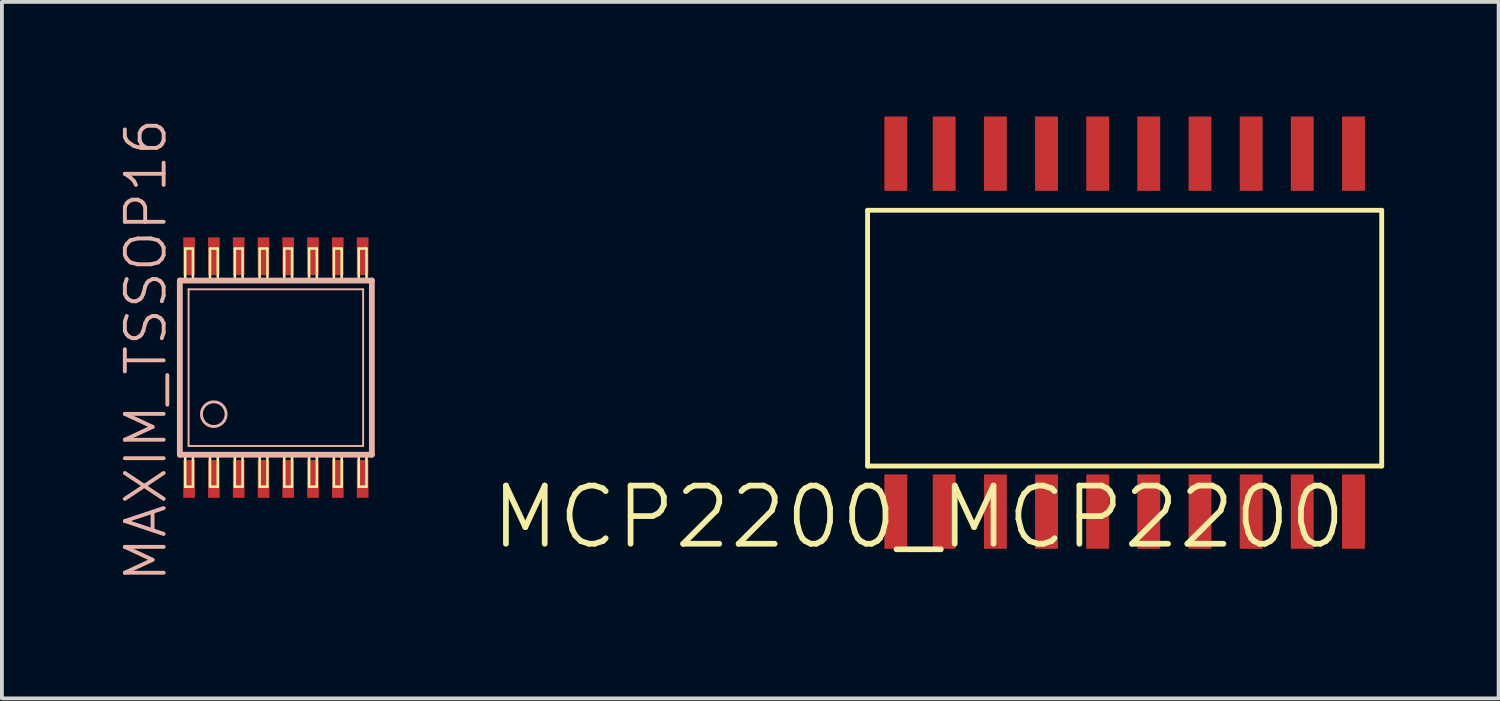
<source format=kicad_pcb>
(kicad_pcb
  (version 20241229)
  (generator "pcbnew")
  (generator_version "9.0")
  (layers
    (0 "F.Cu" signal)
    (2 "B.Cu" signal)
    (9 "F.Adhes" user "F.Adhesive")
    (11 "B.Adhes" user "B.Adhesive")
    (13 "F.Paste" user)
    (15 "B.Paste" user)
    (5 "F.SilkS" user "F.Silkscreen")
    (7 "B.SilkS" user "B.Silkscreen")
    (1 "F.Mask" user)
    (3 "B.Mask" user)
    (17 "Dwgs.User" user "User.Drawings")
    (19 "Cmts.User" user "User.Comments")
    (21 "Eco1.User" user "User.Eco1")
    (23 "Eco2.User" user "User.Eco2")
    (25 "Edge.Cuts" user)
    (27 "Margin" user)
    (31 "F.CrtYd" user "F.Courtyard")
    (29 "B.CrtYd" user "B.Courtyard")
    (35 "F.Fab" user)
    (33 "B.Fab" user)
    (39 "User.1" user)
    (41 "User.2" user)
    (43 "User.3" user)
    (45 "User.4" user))
  (footprint "MCP2200_MCP2200"
    (layer "F.Cu")
    (at 21.016 10.497)
    (property "Reference" "MCP2200_MCP2200" (at 0 0 0) (layer "F.SilkS") (effects (font (size 1.524 1.524) (thickness 0.15))))
    (attr smd)
    (fp_line (start -1.339 -8.039) (end 12.129 -8.039) (stroke (width 0.127) (type solid)) (layer "F.SilkS"))
    (fp_line (start -1.339 -1.339) (end -1.339 -8.039) (stroke (width 0.127) (type solid)) (layer "F.SilkS"))
    (fp_line (start 12.129 -8.039) (end 12.129 -1.339) (stroke (width 0.127) (type solid)) (layer "F.SilkS"))
    (fp_line (start 12.129 -1.339) (end -1.339 -1.339) (stroke (width 0.127) (type solid)) (layer "F.SilkS"))
    (pad "1" smd rect (at -0.599 -0.145 90) (size 1.948 0.599) (layers "F.Cu" "F.Mask" "F.Paste"))
    (pad "2" smd rect (at 0.668 -0.145 90) (size 1.948 0.599) (layers "F.Cu" "F.Mask" "F.Paste"))
    (pad "3" smd rect (at 2.009 -0.145 90) (size 1.948 0.599) (layers "F.Cu" "F.Mask" "F.Paste"))
    (pad "4" smd rect (at 3.348 -0.145 90) (size 1.948 0.599) (layers "F.Cu" "F.Mask" "F.Paste"))
    (pad "5" smd rect (at 4.689 -0.145 90) (size 1.948 0.599) (layers "F.Cu" "F.Mask" "F.Paste"))
    (pad "6" smd rect (at 6.027 -0.145 90) (size 1.948 0.599) (layers "F.Cu" "F.Mask" "F.Paste"))
    (pad "7" smd rect (at 7.369 -0.145 90) (size 1.948 0.599) (layers "F.Cu" "F.Mask" "F.Paste"))
    (pad "8" smd rect (at 8.71 -0.145 90) (size 1.948 0.599) (layers "F.Cu" "F.Mask" "F.Paste"))
    (pad "9" smd rect (at 10.048 -0.145 90) (size 1.948 0.599) (layers "F.Cu" "F.Mask" "F.Paste"))
    (pad "10" smd rect (at 11.389 -0.145 90) (size 1.948 0.599) (layers "F.Cu" "F.Mask" "F.Paste"))
    (pad "11" smd rect (at 11.389 -9.522 90) (size 1.948 0.599) (layers "F.Cu" "F.Mask" "F.Paste"))
    (pad "12" smd rect (at 10.048 -9.522 90) (size 1.948 0.599) (layers "F.Cu" "F.Mask" "F.Paste"))
    (pad "13" smd rect (at 8.71 -9.522 90) (size 1.948 0.599) (layers "F.Cu" "F.Mask" "F.Paste"))
    (pad "14" smd rect (at 7.369 -9.522 90) (size 1.948 0.599) (layers "F.Cu" "F.Mask" "F.Paste"))
    (pad "15" smd rect (at 6.027 -9.522 90) (size 1.948 0.599) (layers "F.Cu" "F.Mask" "F.Paste"))
    (pad "16" smd rect (at 4.689 -9.522 90) (size 1.948 0.599) (layers "F.Cu" "F.Mask" "F.Paste"))
    (pad "17" smd rect (at 3.348 -9.522 90) (size 1.948 0.599) (layers "F.Cu" "F.Mask" "F.Paste"))
    (pad "18" smd rect (at 2.009 -9.522 90) (size 1.948 0.599) (layers "F.Cu" "F.Mask" "F.Paste"))
    (pad "19" smd rect (at 0.668 -9.522 90) (size 1.948 0.599) (layers "F.Cu" "F.Mask" "F.Paste"))
    (pad "20" smd rect (at -0.599 -9.522 90) (size 1.948 0.599) (layers "F.Cu" "F.Mask" "F.Paste")))
  (footprint "MAXIM_TSSOP16"
    (layer "F.Cu")
    (at 4.176 6.58)
    (property "Reference" "MAXIM_TSSOP16" (at -3.404 -0.457 90) (layer "B.SilkS") (effects (font (size 1.016 1.016) (thickness 0.102))))
    (attr smd)
    (fp_line (start -2.375 -3.119) (end -2.172 -3.119) (stroke (width 0.066) (type solid)) (layer "F.SilkS"))
    (fp_line (start -2.375 -2.281) (end -2.375 -3.119) (stroke (width 0.066) (type solid)) (layer "F.SilkS"))
    (fp_line (start -2.375 -2.281) (end -2.172 -2.281) (stroke (width 0.066) (type solid)) (layer "F.SilkS"))
    (fp_line (start -2.375 2.281) (end -2.172 2.281) (stroke (width 0.066) (type solid)) (layer "F.SilkS"))
    (fp_line (start -2.375 3.119) (end -2.375 2.281) (stroke (width 0.066) (type solid)) (layer "F.SilkS"))
    (fp_line (start -2.375 3.119) (end -2.172 3.119) (stroke (width 0.066) (type solid)) (layer "F.SilkS"))
    (fp_line (start -2.172 -2.281) (end -2.172 -3.119) (stroke (width 0.066) (type solid)) (layer "F.SilkS"))
    (fp_line (start -2.172 3.119) (end -2.172 2.281) (stroke (width 0.066) (type solid)) (layer "F.SilkS"))
    (fp_line (start -1.725 -3.119) (end -1.521 -3.119) (stroke (width 0.066) (type solid)) (layer "F.SilkS"))
    (fp_line (start -1.725 -2.281) (end -1.725 -3.119) (stroke (width 0.066) (type solid)) (layer "F.SilkS"))
    (fp_line (start -1.725 -2.281) (end -1.521 -2.281) (stroke (width 0.066) (type solid)) (layer "F.SilkS"))
    (fp_line (start -1.725 2.281) (end -1.521 2.281) (stroke (width 0.066) (type solid)) (layer "F.SilkS"))
    (fp_line (start -1.725 3.119) (end -1.725 2.281) (stroke (width 0.066) (type solid)) (layer "F.SilkS"))
    (fp_line (start -1.725 3.119) (end -1.521 3.119) (stroke (width 0.066) (type solid)) (layer "F.SilkS"))
    (fp_line (start -1.521 -2.281) (end -1.521 -3.119) (stroke (width 0.066) (type solid)) (layer "F.SilkS"))
    (fp_line (start -1.521 3.119) (end -1.521 2.281) (stroke (width 0.066) (type solid)) (layer "F.SilkS"))
    (fp_line (start -1.074 -3.119) (end -0.871 -3.119) (stroke (width 0.066) (type solid)) (layer "F.SilkS"))
    (fp_line (start -1.074 -2.281) (end -1.074 -3.119) (stroke (width 0.066) (type solid)) (layer "F.SilkS"))
    (fp_line (start -1.074 -2.281) (end -0.871 -2.281) (stroke (width 0.066) (type solid)) (layer "F.SilkS"))
    (fp_line (start -1.074 2.281) (end -0.871 2.281) (stroke (width 0.066) (type solid)) (layer "F.SilkS"))
    (fp_line (start -1.074 3.119) (end -1.074 2.281) (stroke (width 0.066) (type solid)) (layer "F.SilkS"))
    (fp_line (start -1.074 3.119) (end -0.871 3.119) (stroke (width 0.066) (type solid)) (layer "F.SilkS"))
    (fp_line (start -0.871 -2.281) (end -0.871 -3.119) (stroke (width 0.066) (type solid)) (layer "F.SilkS"))
    (fp_line (start -0.871 3.119) (end -0.871 2.281) (stroke (width 0.066) (type solid)) (layer "F.SilkS"))
    (fp_line (start -0.424 -3.119) (end -0.221 -3.119) (stroke (width 0.066) (type solid)) (layer "F.SilkS"))
    (fp_line (start -0.424 -2.281) (end -0.424 -3.119) (stroke (width 0.066) (type solid)) (layer "F.SilkS"))
    (fp_line (start -0.424 -2.281) (end -0.221 -2.281) (stroke (width 0.066) (type solid)) (layer "F.SilkS"))
    (fp_line (start -0.424 2.281) (end -0.221 2.281) (stroke (width 0.066) (type solid)) (layer "F.SilkS"))
    (fp_line (start -0.424 3.119) (end -0.424 2.281) (stroke (width 0.066) (type solid)) (layer "F.SilkS"))
    (fp_line (start -0.424 3.119) (end -0.221 3.119) (stroke (width 0.066) (type solid)) (layer "F.SilkS"))
    (fp_line (start -0.221 -2.281) (end -0.221 -3.119) (stroke (width 0.066) (type solid)) (layer "F.SilkS"))
    (fp_line (start -0.221 3.119) (end -0.221 2.281) (stroke (width 0.066) (type solid)) (layer "F.SilkS"))
    (fp_line (start 0.221 -3.119) (end 0.424 -3.119) (stroke (width 0.066) (type solid)) (layer "F.SilkS"))
    (fp_line (start 0.221 -2.281) (end 0.221 -3.119) (stroke (width 0.066) (type solid)) (layer "F.SilkS"))
    (fp_line (start 0.221 -2.281) (end 0.424 -2.281) (stroke (width 0.066) (type solid)) (layer "F.SilkS"))
    (fp_line (start 0.221 2.281) (end 0.424 2.281) (stroke (width 0.066) (type solid)) (layer "F.SilkS"))
    (fp_line (start 0.221 3.119) (end 0.221 2.281) (stroke (width 0.066) (type solid)) (layer "F.SilkS"))
    (fp_line (start 0.221 3.119) (end 0.424 3.119) (stroke (width 0.066) (type solid)) (layer "F.SilkS"))
    (fp_line (start 0.424 -2.281) (end 0.424 -3.119) (stroke (width 0.066) (type solid)) (layer "F.SilkS"))
    (fp_line (start 0.424 3.119) (end 0.424 2.281) (stroke (width 0.066) (type solid)) (layer "F.SilkS"))
    (fp_line (start 0.871 -3.119) (end 1.074 -3.119) (stroke (width 0.066) (type solid)) (layer "F.SilkS"))
    (fp_line (start 0.871 -2.281) (end 0.871 -3.119) (stroke (width 0.066) (type solid)) (layer "F.SilkS"))
    (fp_line (start 0.871 -2.281) (end 1.074 -2.281) (stroke (width 0.066) (type solid)) (layer "F.SilkS"))
    (fp_line (start 0.871 2.281) (end 1.074 2.281) (stroke (width 0.066) (type solid)) (layer "F.SilkS"))
    (fp_line (start 0.871 3.119) (end 0.871 2.281) (stroke (width 0.066) (type solid)) (layer "F.SilkS"))
    (fp_line (start 0.871 3.119) (end 1.074 3.119) (stroke (width 0.066) (type solid)) (layer "F.SilkS"))
    (fp_line (start 1.074 -2.281) (end 1.074 -3.119) (stroke (width 0.066) (type solid)) (layer "F.SilkS"))
    (fp_line (start 1.074 3.119) (end 1.074 2.281) (stroke (width 0.066) (type solid)) (layer "F.SilkS"))
    (fp_line (start 1.521 -3.119) (end 1.725 -3.119) (stroke (width 0.066) (type solid)) (layer "F.SilkS"))
    (fp_line (start 1.521 -2.281) (end 1.521 -3.119) (stroke (width 0.066) (type solid)) (layer "F.SilkS"))
    (fp_line (start 1.521 -2.281) (end 1.725 -2.281) (stroke (width 0.066) (type solid)) (layer "F.SilkS"))
    (fp_line (start 1.521 2.281) (end 1.725 2.281) (stroke (width 0.066) (type solid)) (layer "F.SilkS"))
    (fp_line (start 1.521 3.119) (end 1.521 2.281) (stroke (width 0.066) (type solid)) (layer "F.SilkS"))
    (fp_line (start 1.521 3.119) (end 1.725 3.119) (stroke (width 0.066) (type solid)) (layer "F.SilkS"))
    (fp_line (start 1.725 -2.281) (end 1.725 -3.119) (stroke (width 0.066) (type solid)) (layer "F.SilkS"))
    (fp_line (start 1.725 3.119) (end 1.725 2.281) (stroke (width 0.066) (type solid)) (layer "F.SilkS"))
    (fp_line (start 2.172 -3.119) (end 2.375 -3.119) (stroke (width 0.066) (type solid)) (layer "F.SilkS"))
    (fp_line (start 2.172 -2.281) (end 2.172 -3.119) (stroke (width 0.066) (type solid)) (layer "F.SilkS"))
    (fp_line (start 2.172 -2.281) (end 2.375 -2.281) (stroke (width 0.066) (type solid)) (layer "F.SilkS"))
    (fp_line (start 2.172 2.281) (end 2.375 2.281) (stroke (width 0.066) (type solid)) (layer "F.SilkS"))
    (fp_line (start 2.172 3.119) (end 2.172 2.281) (stroke (width 0.066) (type solid)) (layer "F.SilkS"))
    (fp_line (start 2.172 3.119) (end 2.375 3.119) (stroke (width 0.066) (type solid)) (layer "F.SilkS"))
    (fp_line (start 2.375 -2.281) (end 2.375 -3.119) (stroke (width 0.066) (type solid)) (layer "F.SilkS"))
    (fp_line (start 2.375 3.119) (end 2.375 2.281) (stroke (width 0.066) (type solid)) (layer "F.SilkS"))
    (fp_line (start -2.515 2.281) (end -2.515 -2.281) (stroke (width 0.152) (type solid)) (layer "B.SilkS"))
    (fp_line (start -2.515 2.281) (end 2.515 2.281) (stroke (width 0.152) (type solid)) (layer "B.SilkS"))
    (fp_line (start -2.286 2.052) (end -2.286 -2.052) (stroke (width 0.051) (type solid)) (layer "B.SilkS"))
    (fp_line (start -2.286 2.052) (end 2.286 2.052) (stroke (width 0.051) (type solid)) (layer "B.SilkS"))
    (fp_line (start 2.286 -2.052) (end -2.286 -2.052) (stroke (width 0.051) (type solid)) (layer "B.SilkS"))
    (fp_line (start 2.286 -2.052) (end 2.286 2.052) (stroke (width 0.051) (type solid)) (layer "B.SilkS"))
    (fp_line (start 2.515 -2.281) (end -2.515 -2.281) (stroke (width 0.152) (type solid)) (layer "B.SilkS"))
    (fp_line (start 2.515 -2.281) (end 2.515 2.281) (stroke (width 0.152) (type solid)) (layer "B.SilkS"))
    (fp_circle (center -1.626 1.219) (end -1.854 1.448) (stroke (width 0.076) (type solid)) (fill no) (layer "B.SilkS"))
    (pad "1" smd rect (at -2.273 2.916) (size 0.305 0.991) (layers "F.Cu" "F.Mask" "F.Paste"))
    (pad "2" smd rect (at -1.623 2.916) (size 0.305 0.991) (layers "F.Cu" "F.Mask" "F.Paste"))
    (pad "3" smd rect (at -0.973 2.916) (size 0.305 0.991) (layers "F.Cu" "F.Mask" "F.Paste"))
    (pad "4" smd rect (at -0.323 2.916) (size 0.305 0.991) (layers "F.Cu" "F.Mask" "F.Paste"))
    (pad "5" smd rect (at 0.323 2.916) (size 0.305 0.991) (layers "F.Cu" "F.Mask" "F.Paste"))
    (pad "6" smd rect (at 0.973 2.916) (size 0.305 0.991) (layers "F.Cu" "F.Mask" "F.Paste"))
    (pad "7" smd rect (at 1.623 2.916) (size 0.305 0.991) (layers "F.Cu" "F.Mask" "F.Paste"))
    (pad "8" smd rect (at 2.273 2.916) (size 0.305 0.991) (layers "F.Cu" "F.Mask" "F.Paste"))
    (pad "9" smd rect (at 2.273 -2.916) (size 0.305 0.991) (layers "F.Cu" "F.Mask" "F.Paste"))
    (pad "10" smd rect (at 1.623 -2.916) (size 0.305 0.991) (layers "F.Cu" "F.Mask" "F.Paste"))
    (pad "11" smd rect (at 0.973 -2.916) (size 0.305 0.991) (layers "F.Cu" "F.Mask" "F.Paste"))
    (pad "12" smd rect (at 0.323 -2.916) (size 0.305 0.991) (layers "F.Cu" "F.Mask" "F.Paste"))
    (pad "13" smd rect (at -0.323 -2.916) (size 0.305 0.991) (layers "F.Cu" "F.Mask" "F.Paste"))
    (pad "14" smd rect (at -0.973 -2.916) (size 0.305 0.991) (layers "F.Cu" "F.Mask" "F.Paste"))
    (pad "15" smd rect (at -1.623 -2.916) (size 0.305 0.991) (layers "F.Cu" "F.Mask" "F.Paste"))
    (pad "16" smd rect (at -2.273 -2.916) (size 0.305 0.991) (layers "F.Cu" "F.Mask" "F.Paste")))
  (gr_rect
    (start -3 -3)
    (end 36.208 15.245)
    (stroke (width 0.1) (type default))
    (fill no)
    (layer "Edge.Cuts")))
</source>
